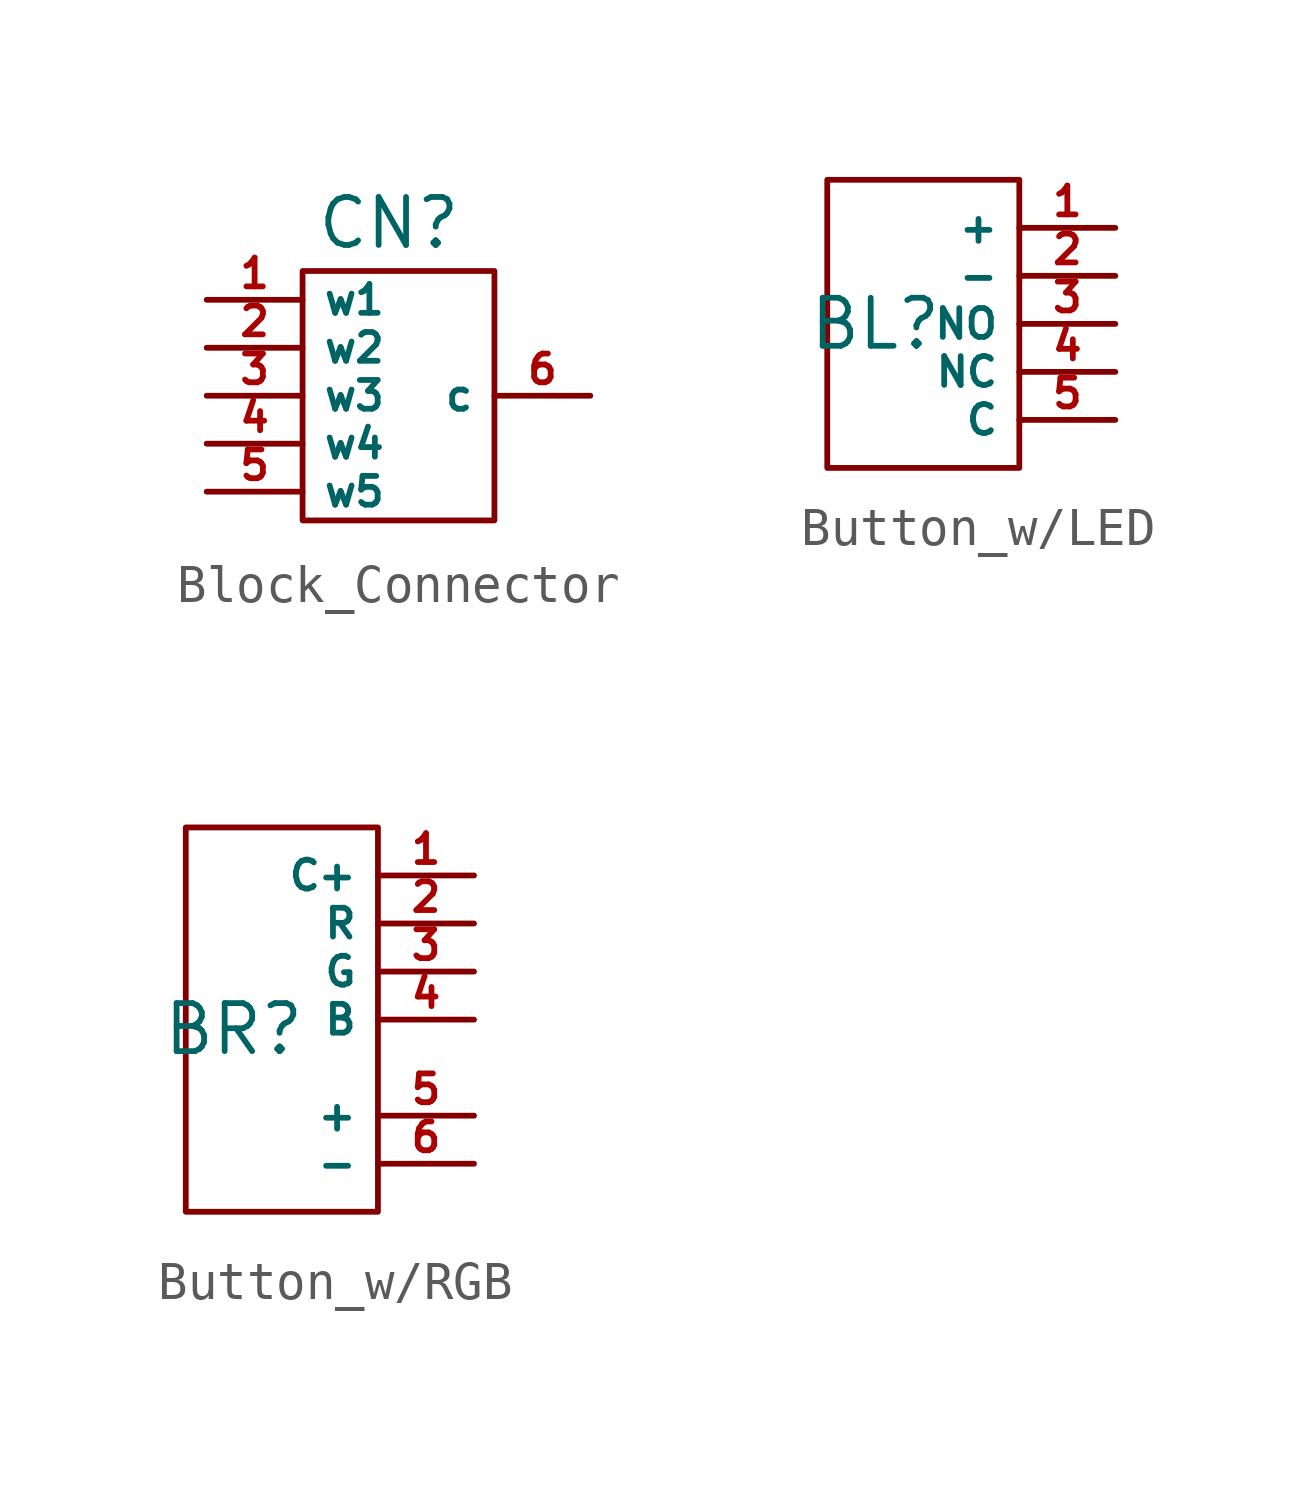
<source format=kicad_sym>
(kicad_symbol_lib
  (version 20241209)
  (generator "kicad_symbol_editor")
  (generator_version "9.0")
  (symbol "Block_Connector"
    (property "Reference" "CN"
      (at -0.254 4.572 0)
      (effects (font (size 1.27 1.27))))
    (property "Value" ""
      (at 0 0 0)
      (effects (font (size 1.27 1.27))))
    (symbol "Block_Connector_0_1"
      (rectangle (start -2.54 3.302) (end 2.54 -3.302) (stroke (width 0) (type default)) (fill (type none))))
    (symbol "Block_Connector_1_1"
      (pin passive line (at -5.08 2.54 0) (length 2.54) (name "w1" (effects (font (size 0.762 0.762)))) (number "1" (effects (font (size 0.762 0.762)))))
      (pin passive line (at -5.08 1.27 0) (length 2.54) (name "w2" (effects (font (size 0.762 0.762)))) (number "2" (effects (font (size 0.762 0.762)))))
      (pin passive line (at -5.08 0 0) (length 2.54) (name "w3" (effects (font (size 0.762 0.762)))) (number "3" (effects (font (size 0.762 0.762)))))
      (pin passive line (at -5.08 -1.27 0) (length 2.54) (name "w4" (effects (font (size 0.762 0.762)))) (number "4" (effects (font (size 0.762 0.762)))))
      (pin passive line (at -5.08 -2.54 0) (length 2.54) (name "w5" (effects (font (size 0.762 0.762)))) (number "5" (effects (font (size 0.762 0.762)))))
      (pin passive line (at 5.08 0 180) (length 2.54) (name "c" (effects (font (size 0.762 0.762)))) (number "6" (effects (font (size 0.762 0.762)))))))
  (symbol "Button_w/LED"
    (property "Reference" "BL"
      (at -3.81 0 0)
      (effects (font (size 1.27 1.27))))
    (property "Value" ""
      (at 0 0 0)
      (effects (font (size 1.27 1.27))))
    (symbol "Button_w/LED_0_1"
      (rectangle (start -5.08 3.81) (end 0 -3.81) (stroke (width 0) (type default)) (fill (type none))))
    (symbol "Button_w/LED_1_1"
      (pin passive line (at 2.54 2.54 180) (length 2.54) (name "+" (effects (font (size 0.762 0.762)))) (number "1" (effects (font (size 0.762 0.762)))))
      (pin passive line (at 2.54 1.27 180) (length 2.54) (name "-" (effects (font (size 0.762 0.762)))) (number "2" (effects (font (size 0.762 0.762)))))
      (pin passive line (at 2.54 0 180) (length 2.54) (name "NO" (effects (font (size 0.762 0.762)))) (number "3" (effects (font (size 0.762 0.762)))))
      (pin passive line (at 2.54 -1.27 180) (length 2.54) (name "NC" (effects (font (size 0.762 0.762)))) (number "4" (effects (font (size 0.762 0.762)))))
      (pin passive line (at 2.54 -2.54 180) (length 2.54) (name "C" (effects (font (size 0.762 0.762)))) (number "5" (effects (font (size 0.762 0.762)))))))
  (symbol "Button_w/RGB"
    (property "Reference" "BR"
      (at -3.81 -0.254 0)
      (effects (font (size 1.27 1.27))))
    (property "Value" ""
      (at 0 0 0)
      (effects (font (size 1.27 1.27))))
    (symbol "Button_w/RGB_0_1"
      (rectangle (start -5.08 5.08) (end 0 -5.08) (stroke (width 0) (type default)) (fill (type none))))
    (symbol "Button_w/RGB_1_1"
      (pin passive line (at 2.54 3.81 180) (length 2.54) (name "C+" (effects (font (size 0.762 0.762)))) (number "1" (effects (font (size 0.762 0.762)))))
      (pin passive line (at 2.54 2.54 180) (length 2.54) (name "R" (effects (font (size 0.762 0.762)))) (number "2" (effects (font (size 0.762 0.762)))))
      (pin passive line (at 2.54 1.27 180) (length 2.54) (name "G" (effects (font (size 0.762 0.762)))) (number "3" (effects (font (size 0.762 0.762)))))
      (pin passive line (at 2.54 0 180) (length 2.54) (name "B" (effects (font (size 0.762 0.762)))) (number "4" (effects (font (size 0.762 0.762)))))
      (pin passive line (at 2.54 -2.54 180) (length 2.54) (name "+" (effects (font (size 0.762 0.762)))) (number "5" (effects (font (size 0.762 0.762)))))
      (pin passive line (at 2.54 -3.81 180) (length 2.54) (name "-" (effects (font (size 0.762 0.762)))) (number "6" (effects (font (size 0.762 0.762))))))))
</source>
